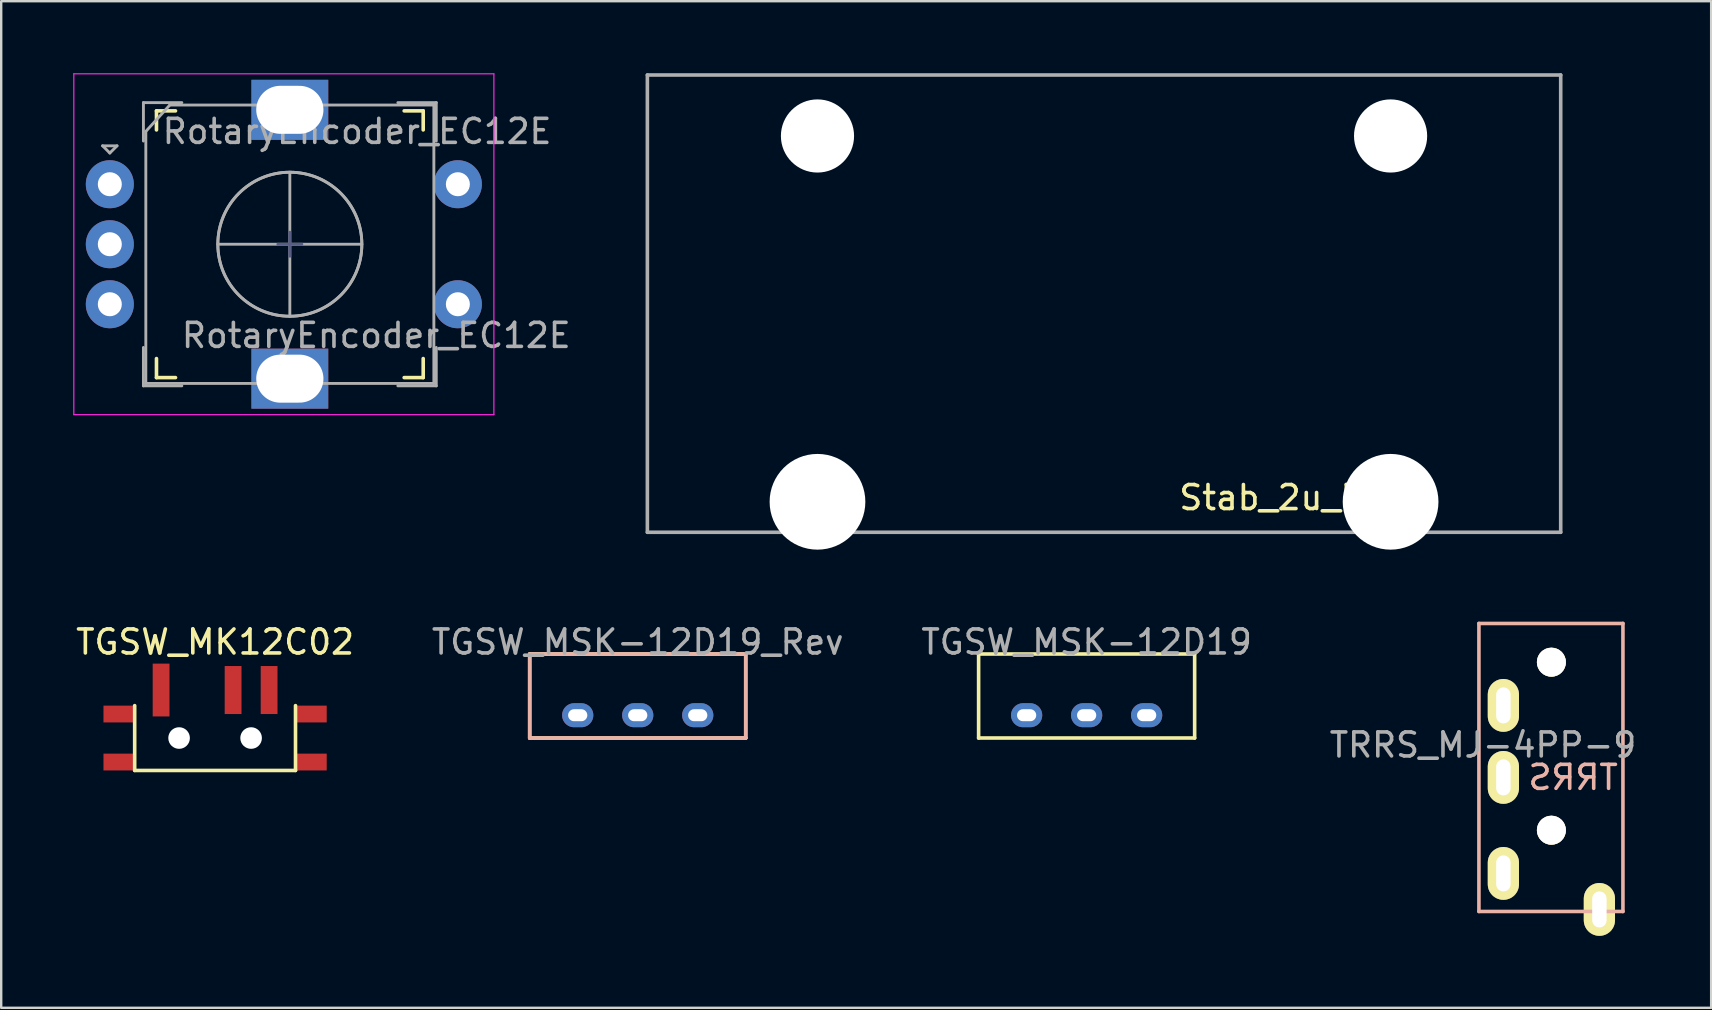
<source format=kicad_pcb>
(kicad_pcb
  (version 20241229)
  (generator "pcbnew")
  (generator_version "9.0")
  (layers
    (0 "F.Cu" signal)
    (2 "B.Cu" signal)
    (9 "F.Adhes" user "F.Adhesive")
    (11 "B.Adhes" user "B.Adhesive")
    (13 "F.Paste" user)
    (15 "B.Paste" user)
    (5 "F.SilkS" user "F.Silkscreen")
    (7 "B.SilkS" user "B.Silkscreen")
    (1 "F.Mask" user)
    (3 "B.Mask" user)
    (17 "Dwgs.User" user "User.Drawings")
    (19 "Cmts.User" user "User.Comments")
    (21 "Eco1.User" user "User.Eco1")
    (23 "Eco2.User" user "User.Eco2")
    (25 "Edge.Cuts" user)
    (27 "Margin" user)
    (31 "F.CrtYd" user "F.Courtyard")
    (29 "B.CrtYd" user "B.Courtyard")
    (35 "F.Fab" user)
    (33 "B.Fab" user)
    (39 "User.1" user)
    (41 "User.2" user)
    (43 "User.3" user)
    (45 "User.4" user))
  (footprint "TGSW_MK12C02"
    (layer "F.Cu")
    (at 5.911 27.697)
    (property "Reference" "TGSW_MK12C02" (at 0 -4 0) (layer "F.SilkS") (effects (font (size 1 1) (thickness 0.15))))
    (attr through_hole)
    (fp_line (start -3.35 -1.35) (end -3.35 1.35) (stroke (width 0.15) (type solid)) (layer "F.SilkS"))
    (fp_line (start -3.35 1.35) (end 3.35 1.35) (stroke (width 0.15) (type solid)) (layer "F.SilkS"))
    (fp_line (start 3.35 -1.35) (end 3.35 1.35) (stroke (width 0.15) (type solid)) (layer "F.SilkS"))
    (pad "" np_thru_hole circle (at -1.5 0) (size 0.9 0.9) (drill 0.9) (layers "*.Cu" "*.Mask"))
    (pad "" np_thru_hole circle (at 1.5 0) (size 0.9 0.9) (drill 0.9) (layers "*.Cu" "*.Mask"))
    (pad "1" smd rect (at -2.25 -2) (size 0.7 2.2) (layers "F.Cu" "F.Mask" "F.Paste"))
    (pad "2" smd rect (at 0.75 -2) (size 0.7 2) (layers "F.Cu" "F.Mask" "F.Paste"))
    (pad "3" smd rect (at 2.25 -2) (size 0.7 2) (layers "F.Cu" "F.Mask" "F.Paste"))
    (pad "4" smd rect (at -4 -1 270) (size 0.7 1.3) (layers "F.Cu" "F.Mask" "F.Paste"))
    (pad "4" smd rect (at -4 1 270) (size 0.7 1.3) (layers "F.Cu" "F.Mask" "F.Paste"))
    (pad "4" smd rect (at 4 -1 270) (size 0.7 1.3) (layers "F.Cu" "F.Mask" "F.Paste"))
    (pad "4" smd rect (at 4 1 270) (size 0.7 1.3) (layers "F.Cu" "F.Mask" "F.Paste")))
  (footprint "TGSW_MSK-12D19_Rev"
    (layer "F.Cu")
    (at 23.518 25.697)
    (property "Reference" "TGSW_MSK-12D19_Rev" (at 0 -2 0) (layer "F.Fab") (effects (font (size 1 1) (thickness 0.15))))
    (attr through_hole)
    (fp_line (start -4.5 -1.5) (end 4.5 -1.5) (stroke (width 0.15) (type solid)) (layer "F.SilkS"))
    (fp_line (start -4.5 2) (end -4.5 -1.5) (stroke (width 0.15) (type solid)) (layer "F.SilkS"))
    (fp_line (start 4.5 -1.5) (end 4.5 2) (stroke (width 0.15) (type solid)) (layer "F.SilkS"))
    (fp_line (start 4.5 2) (end -4.5 2) (stroke (width 0.15) (type solid)) (layer "F.SilkS"))
    (fp_line (start -4.5 -1.5) (end -4.5 2) (stroke (width 0.15) (type solid)) (layer "B.SilkS"))
    (fp_line (start -4.5 2) (end 4.5 2) (stroke (width 0.15) (type solid)) (layer "B.SilkS"))
    (fp_line (start 4.5 -1.5) (end -4.5 -1.5) (stroke (width 0.15) (type solid)) (layer "B.SilkS"))
    (fp_line (start 4.5 2) (end 4.5 -1.5) (stroke (width 0.15) (type solid)) (layer "B.SilkS"))
    (pad "1" thru_hole oval (at -2.5 1.05) (size 1.3 1) (drill oval 0.8 0.5) (layers "*.Cu" "*.Mask"))
    (pad "2" thru_hole oval (at 0 1.05) (size 1.3 1) (drill oval 0.8 0.5) (layers "*.Cu" "*.Mask"))
    (pad "3" thru_hole oval (at 2.5 1.05) (size 1.3 1) (drill oval 0.8 0.5) (layers "*.Cu" "*.Mask")))
  (footprint "TRRS_MJ-4PP-9"
    (layer "F.Cu")
    (at 61.582 29.037)
    (property "Reference" "TRRS_MJ-4PP-9" (at -2.85 -1.05 0) (layer "F.Fab") (effects (font (size 1 1) (thickness 0.15))))
    (attr through_hole)
    (fp_line (start -3.019 -6.114) (end 2.981 -6.114) (stroke (width 0.15) (type solid)) (layer "B.SilkS"))
    (fp_line (start -3.019 5.886) (end -3.019 -6.114) (stroke (width 0.15) (type solid)) (layer "B.SilkS"))
    (fp_line (start 2.981 -6.114) (end 2.981 5.886) (stroke (width 0.15) (type solid)) (layer "B.SilkS"))
    (fp_line (start 2.981 5.886) (end -3.019 5.886) (stroke (width 0.15) (type solid)) (layer "B.SilkS"))
    (fp_text user "TRRS" (at 0.906 0.3 0) (layer "B.SilkS") (effects (font (size 1 1) (thickness 0.15)) (justify mirror)))
    (pad "" np_thru_hole circle (at 0 -4.5) (size 1.21 1.21) (drill 1.2) (layers "*.Cu" "*.Mask" "F.SilkS"))
    (pad "" np_thru_hole circle (at 0 2.5) (size 1.21 1.21) (drill 1.2) (layers "*.Cu" "*.Mask" "F.SilkS"))
    (pad "A" thru_hole oval (at 2 5.8) (size 1.3 2.2) (drill oval 0.6 1.5) (layers "*.Cu" "*.Mask" "F.SilkS"))
    (pad "B" thru_hole oval (at -2 -2.7) (size 1.3 2.2) (drill oval 0.6 1.5) (layers "*.Cu" "*.Mask" "F.SilkS"))
    (pad "C" thru_hole oval (at -2 0.3) (size 1.3 2.2) (drill oval 0.6 1.5) (layers "*.Cu" "*.Mask" "F.SilkS"))
    (pad "D" thru_hole oval (at -2 4.3) (size 1.3 2.2) (drill oval 0.6 1.5) (layers "*.Cu" "*.Mask" "F.SilkS")))
  (footprint "TGSW_MSK-12D19"
    (layer "F.Cu")
    (at 42.22 25.697)
    (property "Reference" "TGSW_MSK-12D19" (at 0 -2 0) (layer "F.Fab") (effects (font (size 1 1) (thickness 0.15))))
    (attr through_hole)
    (fp_line (start -4.5 -1.5) (end 4.5 -1.5) (stroke (width 0.15) (type solid)) (layer "F.SilkS"))
    (fp_line (start -4.5 2) (end -4.5 -1.5) (stroke (width 0.15) (type solid)) (layer "F.SilkS"))
    (fp_line (start 4.5 -1.5) (end 4.5 2) (stroke (width 0.15) (type solid)) (layer "F.SilkS"))
    (fp_line (start 4.5 2) (end -4.5 2) (stroke (width 0.15) (type solid)) (layer "F.SilkS"))
    (pad "1" thru_hole oval (at -2.5 1.05) (size 1.3 1) (drill oval 0.8 0.5) (layers "*.Cu" "*.Mask"))
    (pad "2" thru_hole oval (at 0 1.05) (size 1.3 1) (drill oval 0.8 0.5) (layers "*.Cu" "*.Mask"))
    (pad "3" thru_hole oval (at 2.5 1.05) (size 1.3 1) (drill oval 0.8 0.5) (layers "*.Cu" "*.Mask")))
  (footprint "Stab_2u_BL"
    (layer "F.Cu")
    (at 42.945 9.6)
    (property "Reference" "Stab_2u_BL" (at 7.402 8.08 0) (layer "F.SilkS") (effects (font (size 1 1) (thickness 0.15))))
    (attr smd)
    (fp_line (start -18 -9) (end 18 -9) (stroke (width 0.15) (type solid)) (layer "Eco2.User"))
    (fp_line (start -18 9) (end -18 -9) (stroke (width 0.15) (type solid)) (layer "Eco2.User"))
    (fp_line (start 18 -9) (end 18 9) (stroke (width 0.15) (type solid)) (layer "Eco2.User"))
    (fp_line (start 18 9) (end -18 9) (stroke (width 0.15) (type solid)) (layer "Eco2.User"))
    (fp_line (start -19.025 -9.525) (end -19.025 9.525) (stroke (width 0.15) (type solid)) (layer "F.Fab"))
    (fp_line (start -19.025 9.525) (end 19.025 9.525) (stroke (width 0.15) (type solid)) (layer "F.Fab"))
    (fp_line (start 19.025 -9.525) (end -19.025 -9.525) (stroke (width 0.15) (type solid)) (layer "F.Fab"))
    (fp_line (start 19.025 9.525) (end 19.025 -9.525) (stroke (width 0.15) (type solid)) (layer "F.Fab"))
    (pad "" np_thru_hole circle (at -11.938 -6.985 180) (size 3.048 3.048) (drill 3.048) (layers "*.Cu" "*.Mask"))
    (pad "" np_thru_hole circle (at -11.938 8.255 180) (size 3.988 3.988) (drill 3.988) (layers "*.Cu" "*.Mask"))
    (pad "" np_thru_hole circle (at 11.938 -6.985 180) (size 3.048 3.048) (drill 3.048) (layers "*.Cu" "*.Mask"))
    (pad "" np_thru_hole circle (at 11.938 8.255 180) (size 3.988 3.988) (drill 3.988) (layers "*.Cu" "*.Mask")))
  (footprint "RotaryEncoder_EC12E"
    (layer "F.Cu")
    (at 9.025 7.125)
    (property "Reference" "RotaryEncoder_EC12E" (at 2.8 -4.7 0) (layer "F.Fab") (effects (font (size 1 1) (thickness 0.15))))
    (attr through_hole)
    (fp_line (start -5.556 -5.556) (end -5.556 -4.763) (stroke (width 0.15) (type solid)) (layer "F.SilkS"))
    (fp_line (start -5.556 4.763) (end -5.556 5.556) (stroke (width 0.15) (type solid)) (layer "F.SilkS"))
    (fp_line (start -5.556 5.556) (end -4.763 5.556) (stroke (width 0.15) (type solid)) (layer "F.SilkS"))
    (fp_line (start -4.763 -5.556) (end -5.556 -5.556) (stroke (width 0.15) (type solid)) (layer "F.SilkS"))
    (fp_line (start 4.763 -5.556) (end 5.556 -5.556) (stroke (width 0.15) (type solid)) (layer "F.SilkS"))
    (fp_line (start 4.763 5.556) (end 5.556 5.556) (stroke (width 0.15) (type solid)) (layer "F.SilkS"))
    (fp_line (start 5.556 -5.556) (end 5.556 -4.763) (stroke (width 0.15) (type solid)) (layer "F.SilkS"))
    (fp_line (start 5.556 5.556) (end 5.556 4.763) (stroke (width 0.15) (type solid)) (layer "F.SilkS"))
    (fp_line (start -9 -7.1) (end -9 7.1) (stroke (width 0.05) (type solid)) (layer "F.CrtYd"))
    (fp_line (start -9 -7.1) (end 8.5 -7.1) (stroke (width 0.05) (type solid)) (layer "F.CrtYd"))
    (fp_line (start 8.5 7.1) (end -9 7.1) (stroke (width 0.05) (type solid)) (layer "F.CrtYd"))
    (fp_line (start 8.5 7.1) (end 8.5 -7.1) (stroke (width 0.05) (type solid)) (layer "F.CrtYd"))
    (fp_line (start -0.5 0) (end 0.5 0) (stroke (width 0.12) (type solid)) (layer "B.Fab"))
    (fp_line (start 0 -0.5) (end 0 0.5) (stroke (width 0.12) (type solid)) (layer "B.Fab"))
    (fp_line (start -7.8 -4.1) (end -7.2 -4.1) (stroke (width 0.12) (type solid)) (layer "F.Fab"))
    (fp_line (start -7.5 -3.8) (end -7.8 -4.1) (stroke (width 0.12) (type solid)) (layer "F.Fab"))
    (fp_line (start -7.2 -4.1) (end -7.5 -3.8) (stroke (width 0.12) (type solid)) (layer "F.Fab"))
    (fp_line (start -6.1 -5.9) (end -6.1 -4.3) (stroke (width 0.12) (type solid)) (layer "F.Fab"))
    (fp_line (start -6.1 4.3) (end -6.1 5.9) (stroke (width 0.12) (type solid)) (layer "F.Fab"))
    (fp_line (start -6 -4.7) (end -5 -5.8) (stroke (width 0.12) (type solid)) (layer "F.Fab"))
    (fp_line (start -6 5.8) (end -6 -4.7) (stroke (width 0.12) (type solid)) (layer "F.Fab"))
    (fp_line (start -5 -5.8) (end 6 -5.8) (stroke (width 0.12) (type solid)) (layer "F.Fab"))
    (fp_line (start -4.5 -5.9) (end -6.1 -5.9) (stroke (width 0.12) (type solid)) (layer "F.Fab"))
    (fp_line (start -4.5 5.9) (end -6.1 5.9) (stroke (width 0.12) (type solid)) (layer "F.Fab"))
    (fp_line (start -3 0) (end 3 0) (stroke (width 0.12) (type solid)) (layer "F.Fab"))
    (fp_line (start 0 -3) (end 0 3) (stroke (width 0.12) (type solid)) (layer "F.Fab"))
    (fp_line (start 4.5 -5.9) (end 6.1 -5.9) (stroke (width 0.12) (type solid)) (layer "F.Fab"))
    (fp_line (start 6 -5.8) (end 6 5.8) (stroke (width 0.12) (type solid)) (layer "F.Fab"))
    (fp_line (start 6 5.8) (end -6 5.8) (stroke (width 0.12) (type solid)) (layer "F.Fab"))
    (fp_line (start 6.1 -5.9) (end 6.1 -4.3) (stroke (width 0.12) (type solid)) (layer "F.Fab"))
    (fp_line (start 6.1 4.3) (end 6.1 5.9) (stroke (width 0.12) (type solid)) (layer "F.Fab"))
    (fp_line (start 6.1 5.9) (end 4.5 5.9) (stroke (width 0.12) (type solid)) (layer "F.Fab"))
    (fp_circle (center 0 0) (end 3 0) (stroke (width 0.12) (type solid)) (fill no) (layer "F.Fab"))
    (fp_circle (center 0 0) (end 3 0) (stroke (width 0.12) (type solid)) (fill no) (layer "F.Fab"))
    (fp_text user "${REFERENCE}" (at 3.6 3.8 0) (layer "F.Fab") (effects (font (size 1 1) (thickness 0.15))))
    (pad "A" thru_hole circle (at -7.5 -2.5) (size 2 2) (drill 1) (layers "*.Cu" "*.Mask"))
    (pad "B" thru_hole circle (at -7.5 2.5) (size 2 2) (drill 1) (layers "*.Cu" "*.Mask"))
    (pad "C" thru_hole circle (at -7.5 0) (size 2 2) (drill 1) (layers "*.Cu" "*.Mask"))
    (pad "MP" thru_hole rect (at 0 -5.6) (size 3.2 2.5) (drill oval 2.8 2) (layers "*.Cu" "*.Mask"))
    (pad "MP" thru_hole rect (at 0 5.6) (size 3.2 2.5) (drill oval 2.8 2) (layers "*.Cu" "*.Mask"))
    (pad "S1" thru_hole circle (at 7 2.5) (size 2 2) (drill 1) (layers "*.Cu" "*.Mask"))
    (pad "S2" thru_hole circle (at 7 -2.5) (size 2 2) (drill 1) (layers "*.Cu" "*.Mask")))
  (gr_rect
    (start -3 -3)
    (end 68.238 38.937)
    (stroke (width 0.1) (type default))
    (fill no)
    (layer "Edge.Cuts")))
</source>
